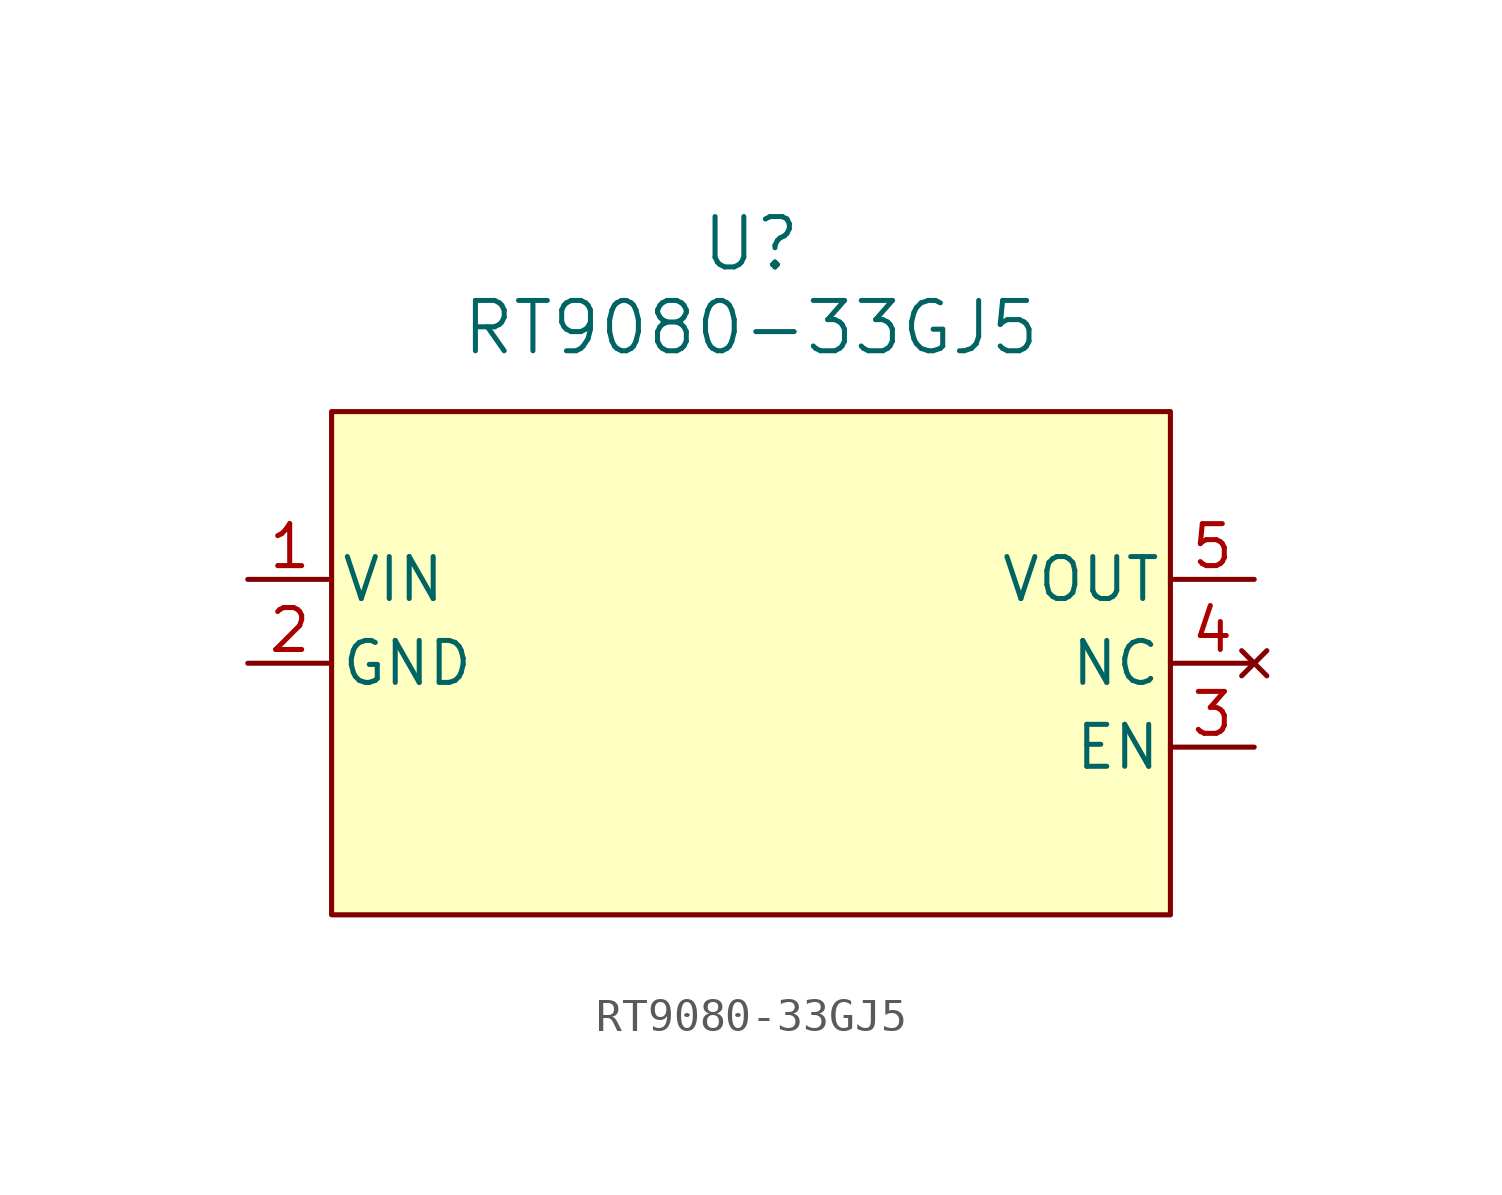
<source format=kicad_sym>
(kicad_symbol_lib
  (version 20220914)
  (generator kicad_symbol_editor)
  (symbol "RT9080-33GJ5"
    (pin_names
      (offset 0.254))
    (property "Reference" "U"
      (at 20.32 10.16 0)
      (effects (font (size 1.524 1.524))))
    (property "Value" "RT9080-33GJ5"
      (at 20.32 7.62 0)
      (effects (font (size 1.524 1.524))))
    (property "ki_locked" ""
      (at 0 0 0)
      (effects (font (size 1.27 1.27))))
    (symbol "RT9080-33GJ5_0_1"
      (polyline (pts (xy 7.62 -10.16) (xy 33.02 -10.16)) (stroke (width 0.127) (type default)) (fill (type none)))
      (polyline (pts (xy 7.62 5.08) (xy 7.62 -10.16)) (stroke (width 0.127) (type default)) (fill (type none)))
      (polyline (pts (xy 33.02 -10.16) (xy 33.02 5.08)) (stroke (width 0.127) (type default)) (fill (type none)))
      (polyline (pts (xy 33.02 5.08) (xy 7.62 5.08)) (stroke (width 0.127) (type default)) (fill (type none))))
    (symbol "RT9080-33GJ5_1_1"
      (rectangle (start 7.62 5.08) (end 33.02 -10.16) (stroke (width 0) (type default)) (fill (type background)))
      (pin power_in line (at 5.08 0 0) (length 2.54) (name "VIN" (effects (font (size 1.27 1.27)))) (number "1" (effects (font (size 1.27 1.27)))))
      (pin power_in line (at 5.08 -2.54 0) (length 2.54) (name "GND" (effects (font (size 1.27 1.27)))) (number "2" (effects (font (size 1.27 1.27)))))
      (pin input line (at 35.56 -5.08 180) (length 2.54) (name "EN" (effects (font (size 1.27 1.27)))) (number "3" (effects (font (size 1.27 1.27)))))
      (pin no_connect line (at 35.56 -2.54 180) (length 2.54) (name "NC" (effects (font (size 1.27 1.27)))) (number "4" (effects (font (size 1.27 1.27)))))
      (pin power_out line (at 35.56 0 180) (length 2.54) (name "VOUT" (effects (font (size 1.27 1.27)))) (number "5" (effects (font (size 1.27 1.27))))))))
</source>
